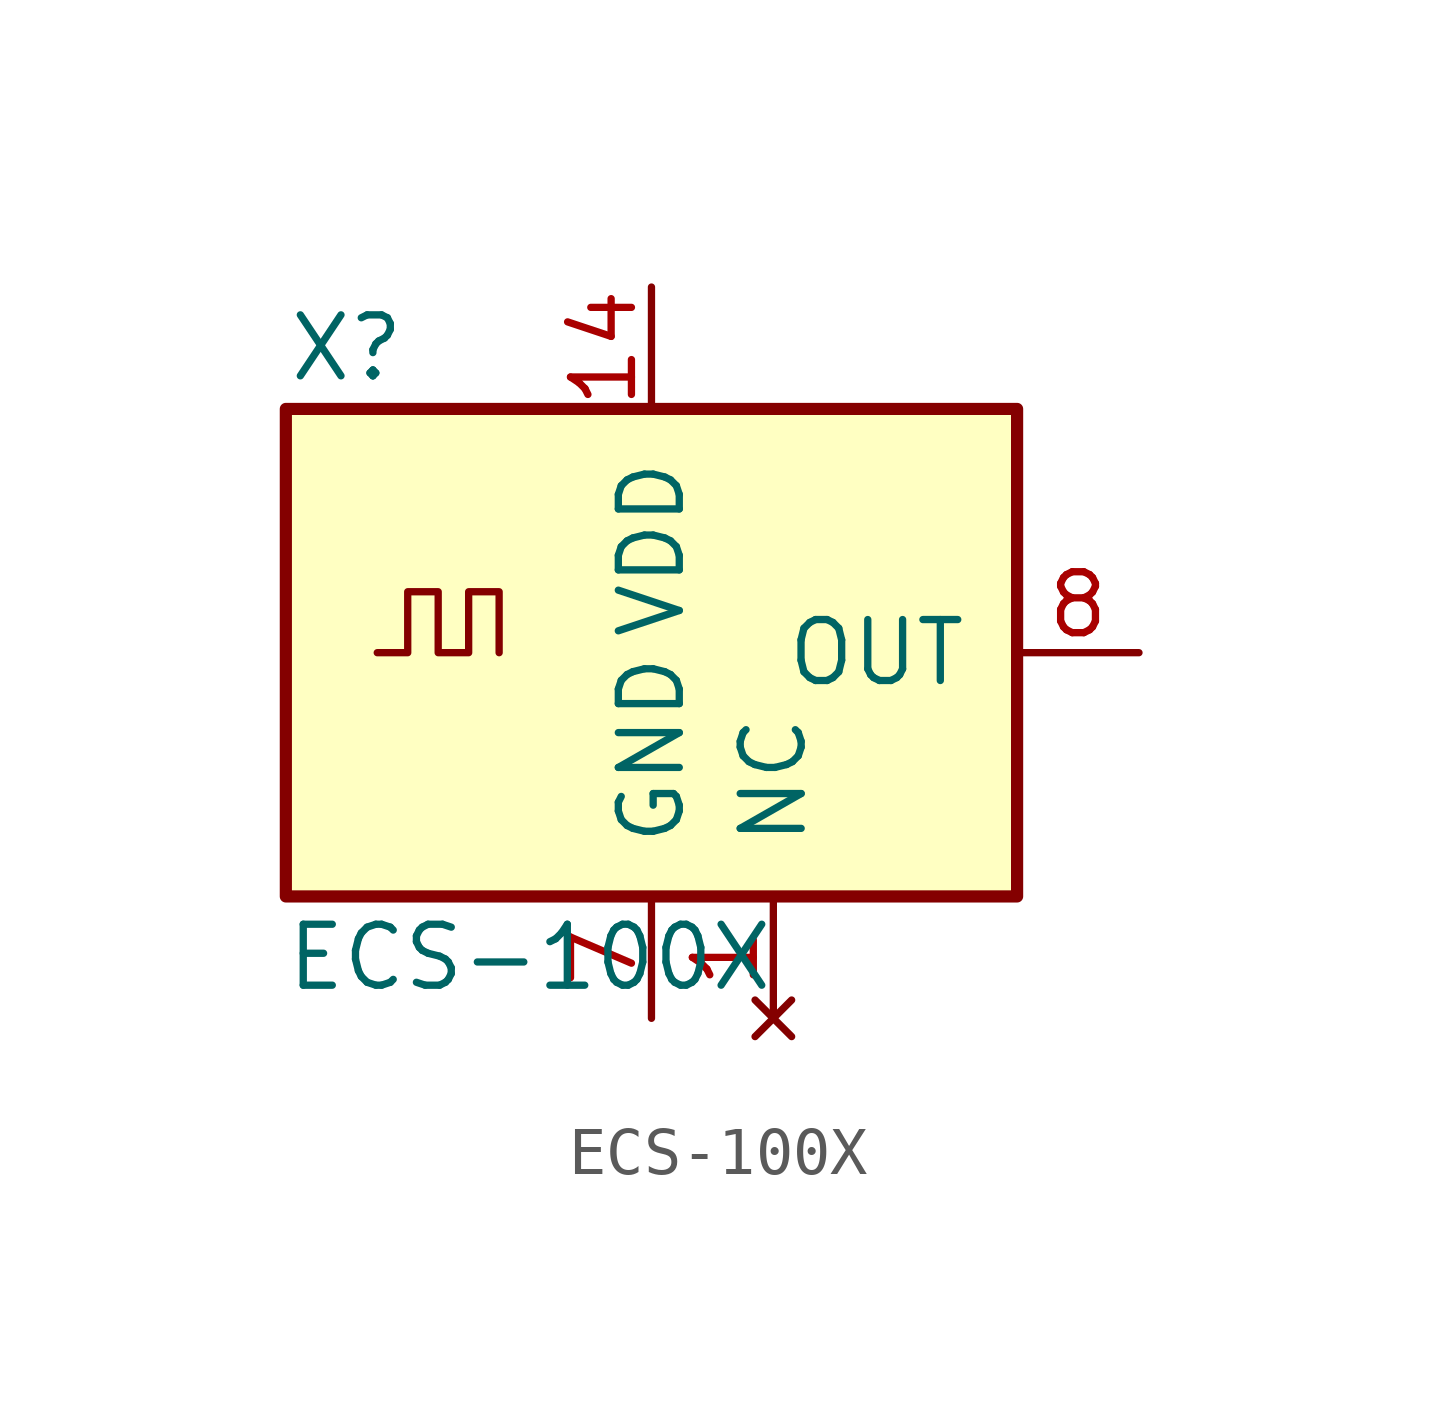
<source format=kicad_sym>
(kicad_symbol_lib
  (version 20231120)
  (generator "kicad_symbol_editor")
  (generator_version "8.0")
  (symbol "ECS-100X"
    (pin_names
      (offset 1.016))
    (property "Reference" "X"
      (at -6.35 6.35 0)
      (effects (font (size 1.27 1.27))))
    (property "Value" "ECS-100X"
      (at -2.54 -6.35 0)
      (effects (font (size 1.27 1.27))))
    (symbol "ECS-100X_1_1"
      (rectangle (start -7.62 5.08) (end 7.62 -5.08) (stroke (width 0.254) (type solid)) (fill (type background)))
      (polyline (pts (xy -5.715 0) (xy -5.08 0) (xy -5.08 1.27) (xy -4.445 1.27) (xy -4.445 0) (xy -3.81 0) (xy -3.81 1.27) (xy -3.175 1.27) (xy -3.175 0)) (stroke (width 0) (type solid)) (fill (type none)))
      (pin no_connect line (at 2.54 -7.62 90) (length 2.54) (name "NC" (effects (font (size 1.27 1.27)))) (number "1" (effects (font (size 1.27 1.27)))))
      (pin power_in line (at 0 7.62 270) (length 2.54) (name "VDD" (effects (font (size 1.27 1.27)))) (number "14" (effects (font (size 1.27 1.27)))))
      (pin power_in line (at 0 -7.62 90) (length 2.54) (name "GND" (effects (font (size 1.27 1.27)))) (number "7" (effects (font (size 1.27 1.27)))))
      (pin output line (at 10.16 0 180) (length 2.54) (name "OUT" (effects (font (size 1.27 1.27)))) (number "8" (effects (font (size 1.27 1.27))))))))
</source>
